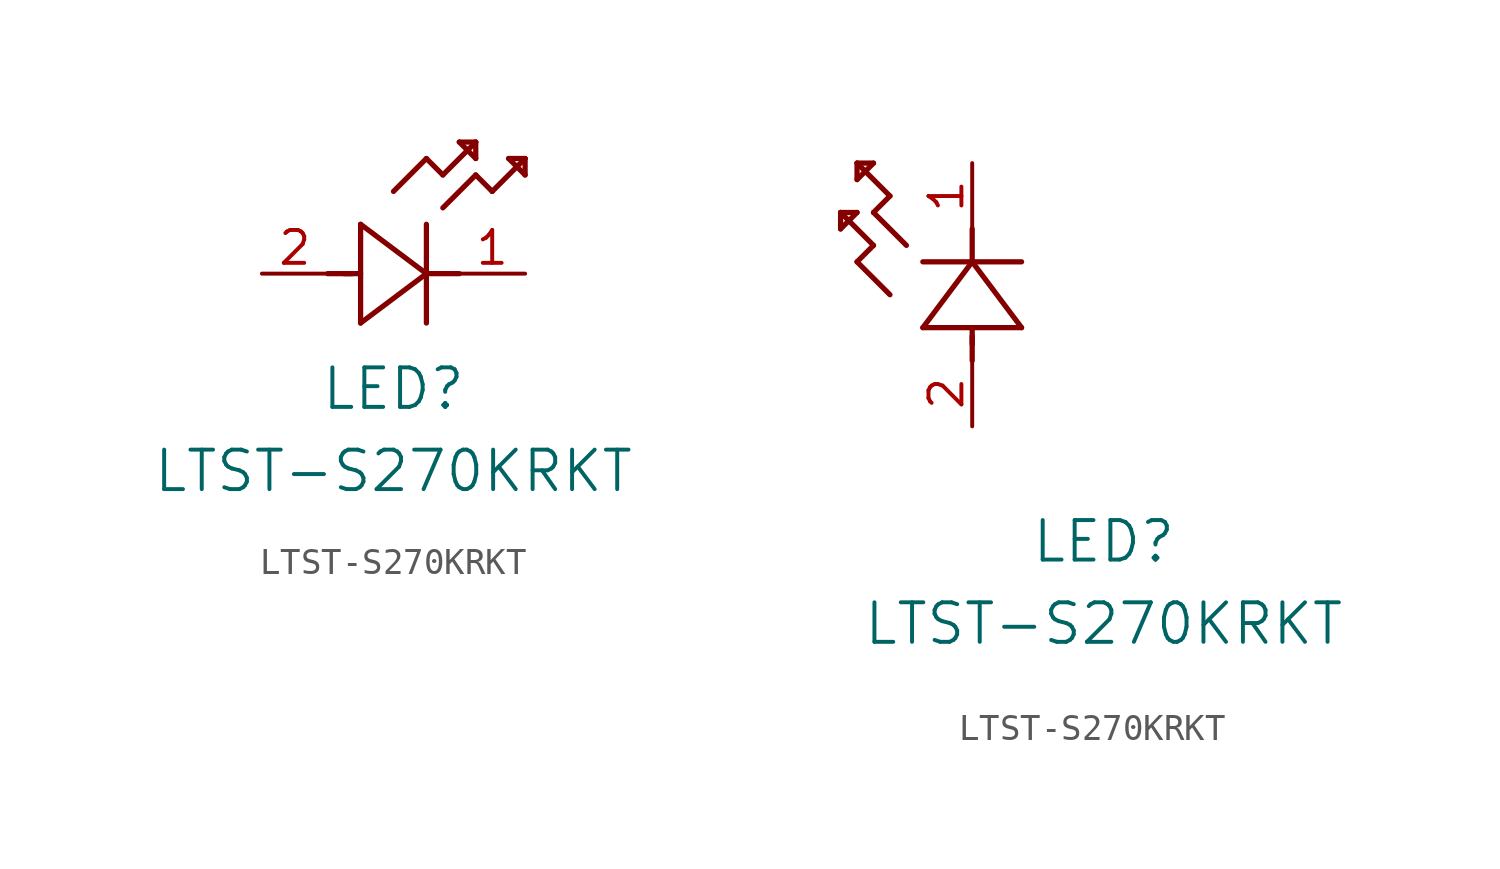
<source format=kicad_sym>
(kicad_symbol_lib
  (version 20241209)
  (generator "kicad_symbol_editor")
  (generator_version "9.0")
  (symbol "LTST-S270KRKT"
    (pin_names
      (offset 0.254))
    (property "Reference" "LED"
      (at 5.08 -4.445 0)
      (effects (font (size 1.524 1.524))))
    (property "Value" "LTST-S270KRKT"
      (at 5.08 -7.62 0)
      (effects (font (size 1.524 1.524))))
    (symbol "LTST-S270KRKT_1_1"
      (polyline (pts (xy 2.54 0) (xy 3.48 0)) (stroke (width 0.203) (type default)) (fill (type none)))
      (polyline (pts (xy 3.175 0) (xy 3.81 0)) (stroke (width 0.203) (type default)) (fill (type none)))
      (polyline (pts (xy 3.81 1.905) (xy 3.81 -1.905)) (stroke (width 0.203) (type default)) (fill (type none)))
      (polyline (pts (xy 3.81 -1.905) (xy 6.35 0)) (stroke (width 0.203) (type default)) (fill (type none)))
      (polyline (pts (xy 5.08 3.175) (xy 6.35 4.445)) (stroke (width 0.203) (type default)) (fill (type none)))
      (polyline (pts (xy 6.35 4.445) (xy 6.985 3.81)) (stroke (width 0.203) (type default)) (fill (type none)))
      (polyline (pts (xy 6.35 0) (xy 3.81 1.905)) (stroke (width 0.203) (type default)) (fill (type none)))
      (polyline (pts (xy 6.35 0) (xy 7.62 0)) (stroke (width 0.203) (type default)) (fill (type none)))
      (polyline (pts (xy 6.35 -1.905) (xy 6.35 1.905)) (stroke (width 0.203) (type default)) (fill (type none)))
      (polyline (pts (xy 6.985 3.81) (xy 8.255 5.08)) (stroke (width 0.203) (type default)) (fill (type none)))
      (polyline (pts (xy 6.985 2.54) (xy 8.255 3.81)) (stroke (width 0.203) (type default)) (fill (type none)))
      (polyline (pts (xy 7.62 5.08) (xy 8.255 4.445)) (stroke (width 0.203) (type default)) (fill (type none)))
      (polyline (pts (xy 8.255 5.08) (xy 7.62 5.08)) (stroke (width 0.203) (type default)) (fill (type none)))
      (polyline (pts (xy 8.255 4.445) (xy 8.255 5.08)) (stroke (width 0.203) (type default)) (fill (type none)))
      (polyline (pts (xy 8.255 3.81) (xy 8.89 3.175)) (stroke (width 0.203) (type default)) (fill (type none)))
      (polyline (pts (xy 8.89 3.175) (xy 10.16 4.445)) (stroke (width 0.203) (type default)) (fill (type none)))
      (polyline (pts (xy 9.525 4.445) (xy 10.16 3.81)) (stroke (width 0.203) (type default)) (fill (type none)))
      (polyline (pts (xy 10.16 4.445) (xy 9.525 4.445)) (stroke (width 0.203) (type default)) (fill (type none)))
      (polyline (pts (xy 10.16 3.81) (xy 10.16 4.445)) (stroke (width 0.203) (type default)) (fill (type none)))
      (pin unspecified line (at 0 0 0) (length 2.54) (name "" (effects (font (size 1.27 1.27)))) (number "2" (effects (font (size 1.27 1.27)))))
      (pin unspecified line (at 10.16 0 180) (length 2.54) (name "" (effects (font (size 1.27 1.27)))) (number "1" (effects (font (size 1.27 1.27))))))
    (symbol "LTST-S270KRKT_1_2"
      (polyline (pts (xy -5.08 8.255) (xy -5.08 7.62)) (stroke (width 0.203) (type default)) (fill (type none)))
      (polyline (pts (xy -5.08 7.62) (xy -4.445 8.255)) (stroke (width 0.203) (type default)) (fill (type none)))
      (polyline (pts (xy -4.445 10.16) (xy -4.445 9.525)) (stroke (width 0.203) (type default)) (fill (type none)))
      (polyline (pts (xy -4.445 9.525) (xy -3.81 10.16)) (stroke (width 0.203) (type default)) (fill (type none)))
      (polyline (pts (xy -4.445 8.255) (xy -5.08 8.255)) (stroke (width 0.203) (type default)) (fill (type none)))
      (polyline (pts (xy -4.445 6.35) (xy -3.81 6.985)) (stroke (width 0.203) (type default)) (fill (type none)))
      (polyline (pts (xy -3.81 10.16) (xy -4.445 10.16)) (stroke (width 0.203) (type default)) (fill (type none)))
      (polyline (pts (xy -3.81 8.255) (xy -3.175 8.89)) (stroke (width 0.203) (type default)) (fill (type none)))
      (polyline (pts (xy -3.81 6.985) (xy -5.08 8.255)) (stroke (width 0.203) (type default)) (fill (type none)))
      (polyline (pts (xy -3.175 8.89) (xy -4.445 10.16)) (stroke (width 0.203) (type default)) (fill (type none)))
      (polyline (pts (xy -3.175 5.08) (xy -4.445 6.35)) (stroke (width 0.203) (type default)) (fill (type none)))
      (polyline (pts (xy -2.54 6.985) (xy -3.81 8.255)) (stroke (width 0.203) (type default)) (fill (type none)))
      (polyline (pts (xy -1.905 3.81) (xy 1.905 3.81)) (stroke (width 0.203) (type default)) (fill (type none)))
      (polyline (pts (xy 0 6.35) (xy -1.905 3.81)) (stroke (width 0.203) (type default)) (fill (type none)))
      (polyline (pts (xy 0 6.35) (xy 0 7.62)) (stroke (width 0.203) (type default)) (fill (type none)))
      (polyline (pts (xy 0 3.175) (xy 0 3.81)) (stroke (width 0.203) (type default)) (fill (type none)))
      (polyline (pts (xy 0 2.54) (xy 0 3.48)) (stroke (width 0.203) (type default)) (fill (type none)))
      (polyline (pts (xy 1.905 6.35) (xy -1.905 6.35)) (stroke (width 0.203) (type default)) (fill (type none)))
      (polyline (pts (xy 1.905 3.81) (xy 0 6.35)) (stroke (width 0.203) (type default)) (fill (type none)))
      (pin unspecified line (at 0 10.16 270) (length 2.54) (name "" (effects (font (size 1.27 1.27)))) (number "1" (effects (font (size 1.27 1.27)))))
      (pin unspecified line (at 0 0 90) (length 2.54) (name "" (effects (font (size 1.27 1.27)))) (number "2" (effects (font (size 1.27 1.27))))))))
</source>
